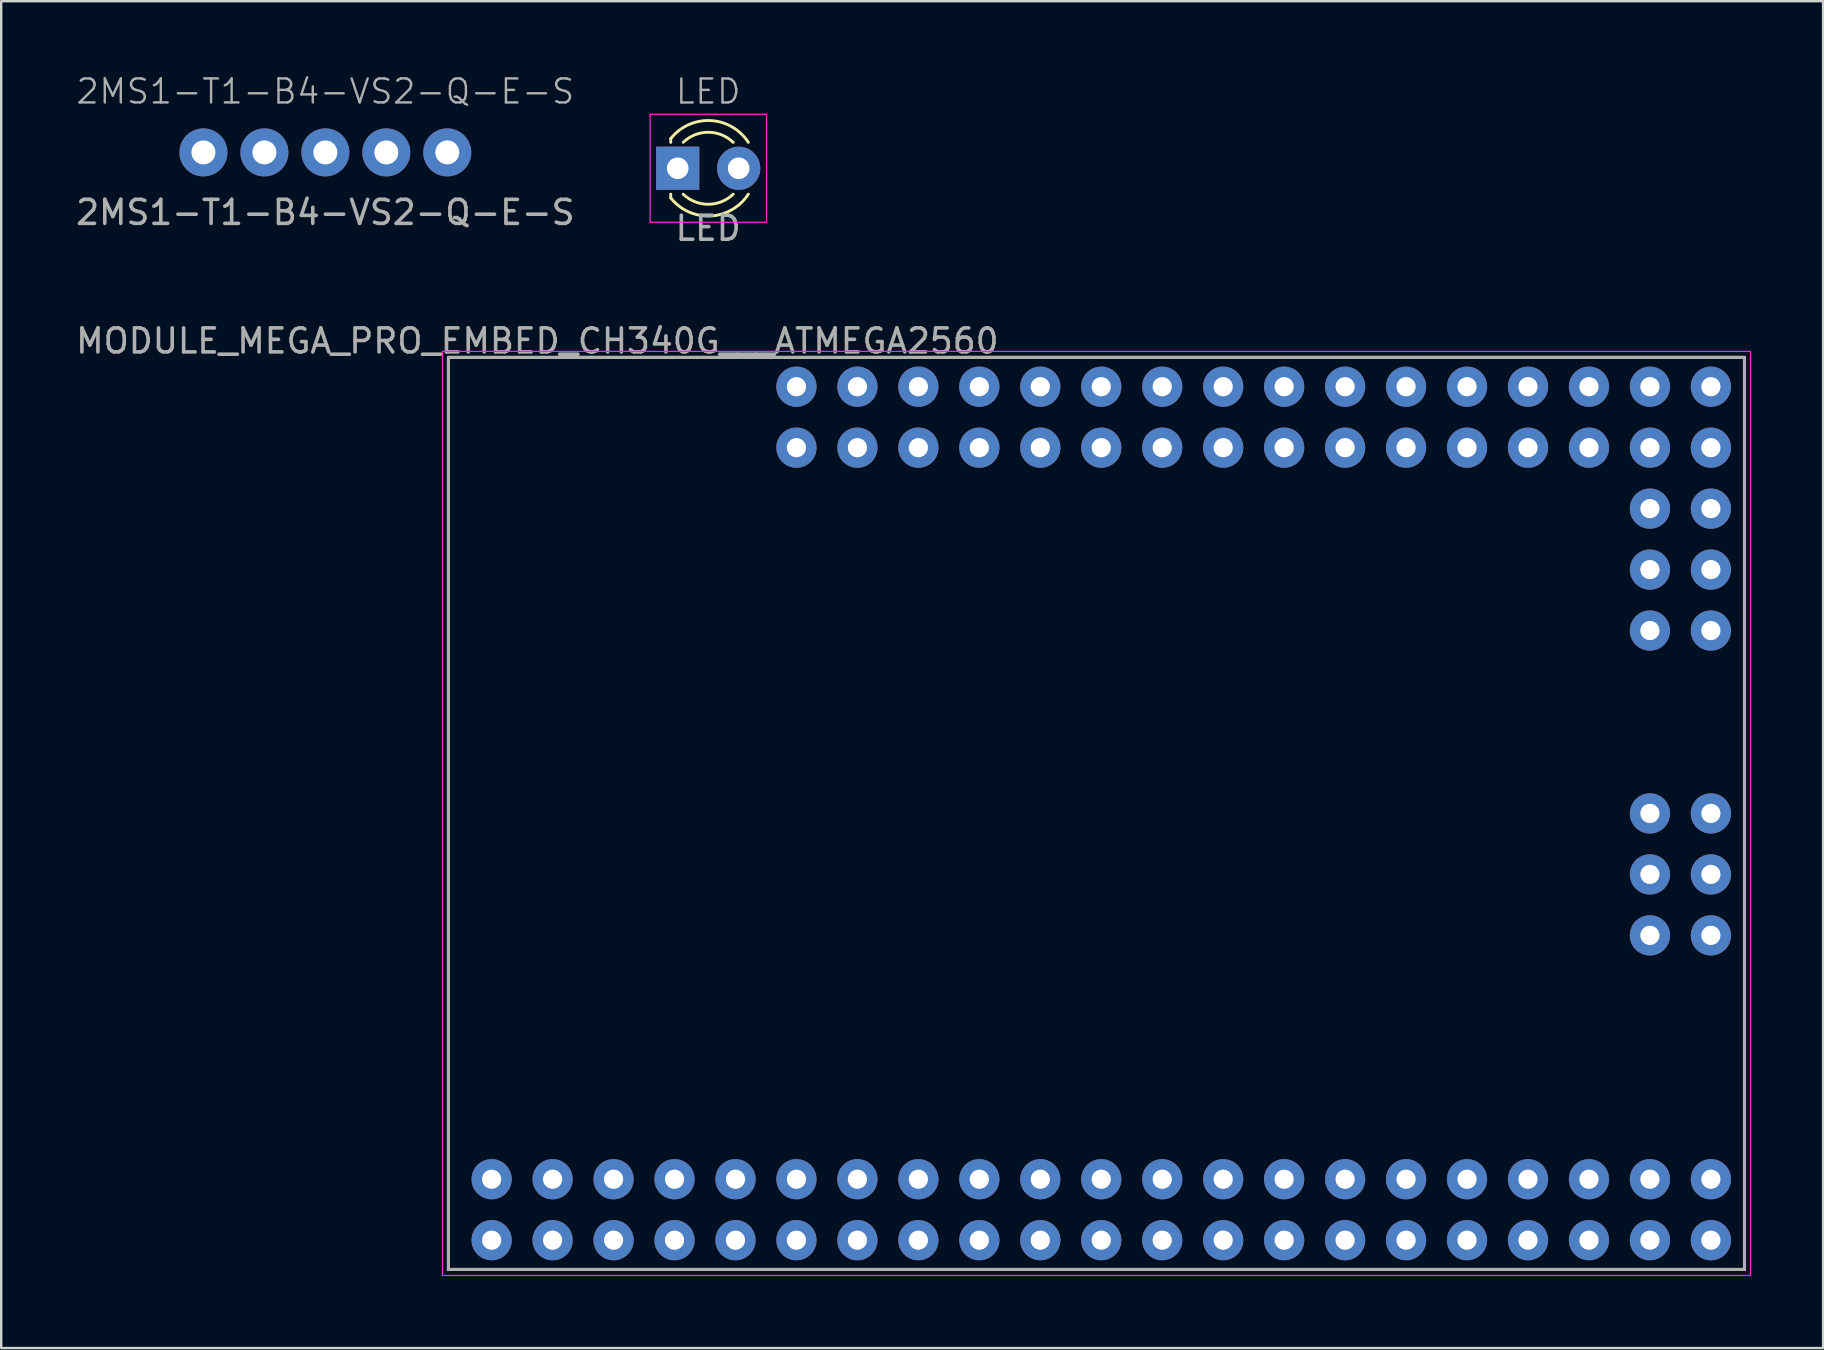
<source format=kicad_pcb>
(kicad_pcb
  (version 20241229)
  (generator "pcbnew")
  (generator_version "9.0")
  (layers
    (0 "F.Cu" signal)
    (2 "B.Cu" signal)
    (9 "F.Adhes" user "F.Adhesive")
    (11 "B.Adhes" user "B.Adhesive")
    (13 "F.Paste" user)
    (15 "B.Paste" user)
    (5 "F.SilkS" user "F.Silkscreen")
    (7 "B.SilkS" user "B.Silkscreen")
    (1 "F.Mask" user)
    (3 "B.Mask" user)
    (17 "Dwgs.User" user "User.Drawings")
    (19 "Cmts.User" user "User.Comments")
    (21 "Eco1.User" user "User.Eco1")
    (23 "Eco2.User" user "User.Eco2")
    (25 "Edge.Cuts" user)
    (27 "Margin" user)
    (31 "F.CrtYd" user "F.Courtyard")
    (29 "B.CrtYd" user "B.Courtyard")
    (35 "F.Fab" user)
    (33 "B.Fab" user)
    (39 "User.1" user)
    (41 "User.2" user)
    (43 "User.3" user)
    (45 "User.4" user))
  (footprint "2MS1-T1-B4-VS2-Q-E-S"
    (layer "F.Cu")
    (at 10.506 3.3)
    (property "Reference" "2MS1-T1-B4-VS2-Q-E-S" (at 0 -2.54 0) (unlocked yes) (layer "F.Fab") (effects (font (size 1 1) (thickness 0.1))))
    (attr through_hole)
    (fp_text user "${REFERENCE}" (at 0 2.5 0) (unlocked yes) (layer "F.Fab") (effects (font (size 1 1) (thickness 0.15))))
    (pad "" thru_hole circle (at -5.08 0) (size 2 2) (drill 1) (layers "*.Cu" "*.Mask"))
    (pad "" thru_hole circle (at 5.08 0) (size 2 2) (drill 1) (layers "*.Cu" "*.Mask"))
    (pad "1" thru_hole circle (at -2.54 0) (size 2 2) (drill 1) (layers "*.Cu" "*.Mask"))
    (pad "2" thru_hole circle (at 0 0) (size 2 2) (drill 1) (layers "*.Cu" "*.Mask"))
    (pad "3" thru_hole circle (at 2.54 0) (size 2 2) (drill 1) (layers "*.Cu" "*.Mask")))
  (footprint "LED"
    (layer "F.Cu")
    (at 26.457 3.961)
    (property "Reference" "LED" (at 0 -3.2 0) (unlocked yes) (layer "F.Fab") (effects (font (size 1 1) (thickness 0.1))))
    (attr through_hole)
    (fp_line (start -1.56 -1.236) (end -1.56 -1.08) (stroke (width 0.12) (type solid)) (layer "F.SilkS"))
    (fp_line (start -1.56 1.08) (end -1.56 1.236) (stroke (width 0.12) (type solid)) (layer "F.SilkS"))
    (fp_arc (start -1.56 -1.235517) (mid 0.096487 -1.98766) (end 1.672335 -1.078609) (stroke (width 0.12) (type solid)) (layer "F.SilkS"))
    (fp_arc (start -1.040961 -1.080001) (mid 0.000117 -1.500001) (end 1.04113 -1.079838) (stroke (width 0.12) (type solid)) (layer "F.SilkS"))
    (fp_arc (start 1.04113 1.079836) (mid 0.000117 1.499999) (end -1.040961 1.079999) (stroke (width 0.12) (type solid)) (layer "F.SilkS"))
    (fp_arc (start 1.672335 1.078607) (mid 0.096487 1.987658) (end -1.56 1.235515) (stroke (width 0.12) (type solid)) (layer "F.SilkS"))
    (fp_line (start -2.42 -2.25) (end -2.42 2.25) (stroke (width 0.05) (type solid)) (layer "F.CrtYd"))
    (fp_line (start -2.42 2.25) (end 2.43 2.25) (stroke (width 0.05) (type solid)) (layer "F.CrtYd"))
    (fp_line (start 2.43 -2.25) (end -2.42 -2.25) (stroke (width 0.05) (type solid)) (layer "F.CrtYd"))
    (fp_line (start 2.43 2.25) (end 2.43 -2.25) (stroke (width 0.05) (type solid)) (layer "F.CrtYd"))
    (fp_text user "${REFERENCE}" (at 0 2.5 0) (unlocked yes) (layer "F.Fab") (effects (font (size 1 1) (thickness 0.15))))
    (pad "1" thru_hole rect (at -1.27 -0.000001) (size 1.8 1.8) (drill 0.9) (layers "*.Cu" "*.Mask"))
    (pad "2" thru_hole circle (at 1.27 -0.000001) (size 1.8 1.8) (drill 0.9) (layers "*.Cu" "*.Mask")))
  (footprint "MODULE_MEGA_PRO_EMBED_CH340G___ATMEGA2560"
    (layer "F.Cu")
    (at 42.634 30.842)
    (property "Reference" "MODULE_MEGA_PRO_EMBED_CH340G___ATMEGA2560" (at -23.295 -19.685 0) (layer "F.Fab") (effects (font (size 1 1) (thickness 0.15))))
    (attr through_hole)
    (fp_line (start -27 -19) (end 27 -19) (stroke (width 0.127) (type solid)) (layer "F.SilkS"))
    (fp_line (start -27 19) (end -27 -19) (stroke (width 0.127) (type solid)) (layer "F.SilkS"))
    (fp_line (start -27 19) (end 27 19) (stroke (width 0.127) (type solid)) (layer "F.SilkS"))
    (fp_line (start 27 19) (end 27 -19) (stroke (width 0.127) (type solid)) (layer "F.SilkS"))
    (fp_line (start -27.25 -19.25) (end 27.25 -19.25) (stroke (width 0.05) (type solid)) (layer "F.CrtYd"))
    (fp_line (start -27.25 19.25) (end -27.25 -19.25) (stroke (width 0.05) (type solid)) (layer "F.CrtYd"))
    (fp_line (start 27.25 -19.25) (end 27.25 19.25) (stroke (width 0.05) (type solid)) (layer "F.CrtYd"))
    (fp_line (start 27.25 19.25) (end -27.25 19.25) (stroke (width 0.05) (type solid)) (layer "F.CrtYd"))
    (fp_line (start -27 -19) (end 27 -19) (stroke (width 0.127) (type solid)) (layer "F.Fab"))
    (fp_line (start -27 19) (end -27 -19) (stroke (width 0.127) (type solid)) (layer "F.Fab"))
    (fp_line (start -27 19) (end 27 19) (stroke (width 0.127) (type solid)) (layer "F.Fab"))
    (fp_line (start 27 19) (end 27 -19) (stroke (width 0.127) (type solid)) (layer "F.Fab"))
    (pad "3V3_1" thru_hole circle (at -17.58 17.78) (size 1.676 1.676) (drill 0.8) (layers "*.Cu" "*.Mask"))
    (pad "3V3_2" thru_hole circle (at -17.58 15.24) (size 1.676 1.676) (drill 0.8) (layers "*.Cu" "*.Mask"))
    (pad "5V_1" thru_hole circle (at -20.12 17.78) (size 1.676 1.676) (drill 0.8) (layers "*.Cu" "*.Mask"))
    (pad "5V_2" thru_hole circle (at -20.12 15.24) (size 1.676 1.676) (drill 0.8) (layers "*.Cu" "*.Mask"))
    (pad "5V_3" thru_hole circle (at 25.6 0) (size 1.676 1.676) (drill 0.8) (layers "*.Cu" "*.Mask"))
    (pad "A0" thru_hole circle (at -12.5 -17.78) (size 1.676 1.676) (drill 0.8) (layers "*.Cu" "*.Mask"))
    (pad "A1" thru_hole circle (at -12.5 -15.24) (size 1.676 1.676) (drill 0.8) (layers "*.Cu" "*.Mask"))
    (pad "A2" thru_hole circle (at -9.96 -17.78) (size 1.676 1.676) (drill 0.8) (layers "*.Cu" "*.Mask"))
    (pad "A3" thru_hole circle (at -9.96 -15.24) (size 1.676 1.676) (drill 0.8) (layers "*.Cu" "*.Mask"))
    (pad "A4" thru_hole circle (at -7.42 -17.78) (size 1.676 1.676) (drill 0.8) (layers "*.Cu" "*.Mask"))
    (pad "A5" thru_hole circle (at -7.42 -15.24) (size 1.676 1.676) (drill 0.8) (layers "*.Cu" "*.Mask"))
    (pad "A6" thru_hole circle (at -4.88 -17.78) (size 1.676 1.676) (drill 0.8) (layers "*.Cu" "*.Mask"))
    (pad "A7" thru_hole circle (at -4.88 -15.24) (size 1.676 1.676) (drill 0.8) (layers "*.Cu" "*.Mask"))
    (pad "A8" thru_hole circle (at -2.34 -17.78) (size 1.676 1.676) (drill 0.8) (layers "*.Cu" "*.Mask"))
    (pad "A9" thru_hole circle (at -2.34 -15.24) (size 1.676 1.676) (drill 0.8) (layers "*.Cu" "*.Mask"))
    (pad "A10" thru_hole circle (at 0.2 -17.78) (size 1.676 1.676) (drill 0.8) (layers "*.Cu" "*.Mask"))
    (pad "A11" thru_hole circle (at 0.2 -15.24) (size 1.676 1.676) (drill 0.8) (layers "*.Cu" "*.Mask"))
    (pad "A12" thru_hole circle (at 2.74 -17.78) (size 1.676 1.676) (drill 0.8) (layers "*.Cu" "*.Mask"))
    (pad "A13" thru_hole circle (at 2.74 -15.24) (size 1.676 1.676) (drill 0.8) (layers "*.Cu" "*.Mask"))
    (pad "A14" thru_hole circle (at 5.28 -17.78) (size 1.676 1.676) (drill 0.8) (layers "*.Cu" "*.Mask"))
    (pad "A15" thru_hole circle (at 5.28 -15.24) (size 1.676 1.676) (drill 0.8) (layers "*.Cu" "*.Mask"))
    (pad "AREF" thru_hole circle (at -15.04 15.24) (size 1.676 1.676) (drill 0.8) (layers "*.Cu" "*.Mask"))
    (pad "D2" thru_hole circle (at -9.96 15.24) (size 1.676 1.676) (drill 0.8) (layers "*.Cu" "*.Mask"))
    (pad "D3" thru_hole circle (at -9.96 17.78) (size 1.676 1.676) (drill 0.8) (layers "*.Cu" "*.Mask"))
    (pad "D4" thru_hole circle (at -7.42 15.24) (size 1.676 1.676) (drill 0.8) (layers "*.Cu" "*.Mask"))
    (pad "D5" thru_hole circle (at -7.42 17.78) (size 1.676 1.676) (drill 0.8) (layers "*.Cu" "*.Mask"))
    (pad "D6" thru_hole circle (at -4.88 15.24) (size 1.676 1.676) (drill 0.8) (layers "*.Cu" "*.Mask"))
    (pad "D7" thru_hole circle (at -4.88 17.78) (size 1.676 1.676) (drill 0.8) (layers "*.Cu" "*.Mask"))
    (pad "D8" thru_hole circle (at -2.34 15.24) (size 1.676 1.676) (drill 0.8) (layers "*.Cu" "*.Mask"))
    (pad "D9" thru_hole circle (at -2.34 17.78) (size 1.676 1.676) (drill 0.8) (layers "*.Cu" "*.Mask"))
    (pad "D10" thru_hole circle (at 0.2 15.24) (size 1.676 1.676) (drill 0.8) (layers "*.Cu" "*.Mask"))
    (pad "D11" thru_hole circle (at 0.2 17.78) (size 1.676 1.676) (drill 0.8) (layers "*.Cu" "*.Mask"))
    (pad "D12" thru_hole circle (at 2.74 15.24) (size 1.676 1.676) (drill 0.8) (layers "*.Cu" "*.Mask"))
    (pad "D13" thru_hole circle (at 2.74 17.78) (size 1.676 1.676) (drill 0.8) (layers "*.Cu" "*.Mask"))
    (pad "D14" thru_hole circle (at 5.28 15.24) (size 1.676 1.676) (drill 0.8) (layers "*.Cu" "*.Mask"))
    (pad "D15" thru_hole circle (at 5.28 17.78) (size 1.676 1.676) (drill 0.8) (layers "*.Cu" "*.Mask"))
    (pad "D16" thru_hole circle (at 7.82 15.24) (size 1.676 1.676) (drill 0.8) (layers "*.Cu" "*.Mask"))
    (pad "D17" thru_hole circle (at 7.82 17.78) (size 1.676 1.676) (drill 0.8) (layers "*.Cu" "*.Mask"))
    (pad "D18" thru_hole circle (at 10.36 15.24) (size 1.676 1.676) (drill 0.8) (layers "*.Cu" "*.Mask"))
    (pad "D19" thru_hole circle (at 10.36 17.78) (size 1.676 1.676) (drill 0.8) (layers "*.Cu" "*.Mask"))
    (pad "D20" thru_hole circle (at 12.9 15.24) (size 1.676 1.676) (drill 0.8) (layers "*.Cu" "*.Mask"))
    (pad "D21" thru_hole circle (at 12.9 17.78) (size 1.676 1.676) (drill 0.8) (layers "*.Cu" "*.Mask"))
    (pad "D22" thru_hole circle (at 15.44 15.24) (size 1.676 1.676) (drill 0.8) (layers "*.Cu" "*.Mask"))
    (pad "D23" thru_hole circle (at 15.44 17.78) (size 1.676 1.676) (drill 0.8) (layers "*.Cu" "*.Mask"))
    (pad "D24" thru_hole circle (at 17.98 15.24) (size 1.676 1.676) (drill 0.8) (layers "*.Cu" "*.Mask"))
    (pad "D25" thru_hole circle (at 17.98 17.78) (size 1.676 1.676) (drill 0.8) (layers "*.Cu" "*.Mask"))
    (pad "D26" thru_hole circle (at 20.52 15.24) (size 1.676 1.676) (drill 0.8) (layers "*.Cu" "*.Mask"))
    (pad "D27" thru_hole circle (at 20.52 17.78) (size 1.676 1.676) (drill 0.8) (layers "*.Cu" "*.Mask"))
    (pad "D28" thru_hole circle (at 23.06 15.24) (size 1.676 1.676) (drill 0.8) (layers "*.Cu" "*.Mask"))
    (pad "D29" thru_hole circle (at 23.06 17.78) (size 1.676 1.676) (drill 0.8) (layers "*.Cu" "*.Mask"))
    (pad "D30" thru_hole circle (at 25.6 15.24) (size 1.676 1.676) (drill 0.8) (layers "*.Cu" "*.Mask"))
    (pad "D31" thru_hole circle (at 25.6 17.78) (size 1.676 1.676) (drill 0.8) (layers "*.Cu" "*.Mask"))
    (pad "D32" thru_hole circle (at 7.82 -17.78) (size 1.676 1.676) (drill 0.8) (layers "*.Cu" "*.Mask"))
    (pad "D33" thru_hole circle (at 7.82 -15.24) (size 1.676 1.676) (drill 0.8) (layers "*.Cu" "*.Mask"))
    (pad "D34" thru_hole circle (at 10.36 -17.78) (size 1.676 1.676) (drill 0.8) (layers "*.Cu" "*.Mask"))
    (pad "D35" thru_hole circle (at 10.36 -15.24) (size 1.676 1.676) (drill 0.8) (layers "*.Cu" "*.Mask"))
    (pad "D36" thru_hole circle (at 12.9 -17.78) (size 1.676 1.676) (drill 0.8) (layers "*.Cu" "*.Mask"))
    (pad "D37" thru_hole circle (at 12.9 -15.24) (size 1.676 1.676) (drill 0.8) (layers "*.Cu" "*.Mask"))
    (pad "D38" thru_hole circle (at 15.44 -17.78) (size 1.676 1.676) (drill 0.8) (layers "*.Cu" "*.Mask"))
    (pad "D39" thru_hole circle (at 15.44 -15.24) (size 1.676 1.676) (drill 0.8) (layers "*.Cu" "*.Mask"))
    (pad "D40" thru_hole circle (at 17.98 -17.78) (size 1.676 1.676) (drill 0.8) (layers "*.Cu" "*.Mask"))
    (pad "D41" thru_hole circle (at 17.98 -15.24) (size 1.676 1.676) (drill 0.8) (layers "*.Cu" "*.Mask"))
    (pad "D42" thru_hole circle (at 20.52 -17.78) (size 1.676 1.676) (drill 0.8) (layers "*.Cu" "*.Mask"))
    (pad "D43" thru_hole circle (at 20.52 -15.24) (size 1.676 1.676) (drill 0.8) (layers "*.Cu" "*.Mask"))
    (pad "D44" thru_hole circle (at 23.06 -17.78) (size 1.676 1.676) (drill 0.8) (layers "*.Cu" "*.Mask"))
    (pad "D45" thru_hole circle (at 23.06 -15.24) (size 1.676 1.676) (drill 0.8) (layers "*.Cu" "*.Mask"))
    (pad "D46" thru_hole circle (at 25.6 -17.78) (size 1.676 1.676) (drill 0.8) (layers "*.Cu" "*.Mask"))
    (pad "D47" thru_hole circle (at 25.6 -15.24) (size 1.676 1.676) (drill 0.8) (layers "*.Cu" "*.Mask"))
    (pad "D48" thru_hole circle (at 25.6 -12.7) (size 1.676 1.676) (drill 0.8) (layers "*.Cu" "*.Mask"))
    (pad "D49" thru_hole circle (at 23.06 -12.7) (size 1.676 1.676) (drill 0.8) (layers "*.Cu" "*.Mask"))
    (pad "D50" thru_hole circle (at 25.6 -10.16) (size 1.676 1.676) (drill 0.8) (layers "*.Cu" "*.Mask"))
    (pad "D51" thru_hole circle (at 23.06 -10.16) (size 1.676 1.676) (drill 0.8) (layers "*.Cu" "*.Mask"))
    (pad "D52" thru_hole circle (at 25.6 -7.62) (size 1.676 1.676) (drill 0.8) (layers "*.Cu" "*.Mask"))
    (pad "D53" thru_hole circle (at 23.06 -7.62) (size 1.676 1.676) (drill 0.8) (layers "*.Cu" "*.Mask"))
    (pad "GND_1" thru_hole circle (at -22.66 17.78) (size 1.676 1.676) (drill 0.8) (layers "*.Cu" "*.Mask"))
    (pad "GND_2" thru_hole circle (at -22.66 15.24) (size 1.676 1.676) (drill 0.8) (layers "*.Cu" "*.Mask"))
    (pad "GND_3" thru_hole circle (at 25.6 5.08) (size 1.676 1.676) (drill 0.8) (layers "*.Cu" "*.Mask"))
    (pad "MISO" thru_hole circle (at 23.06 0) (size 1.676 1.676) (drill 0.8) (layers "*.Cu" "*.Mask"))
    (pad "MOSI" thru_hole circle (at 25.6 2.54) (size 1.676 1.676) (drill 0.8) (layers "*.Cu" "*.Mask"))
    (pad "RESET" thru_hole circle (at 23.06 5.08) (size 1.676 1.676) (drill 0.8) (layers "*.Cu" "*.Mask"))
    (pad "RST" thru_hole circle (at -15.04 17.78) (size 1.676 1.676) (drill 0.8) (layers "*.Cu" "*.Mask"))
    (pad "RX" thru_hole circle (at -12.5 15.24) (size 1.676 1.676) (drill 0.8) (layers "*.Cu" "*.Mask"))
    (pad "SCK" thru_hole circle (at 23.06 2.54) (size 1.676 1.676) (drill 0.8) (layers "*.Cu" "*.Mask"))
    (pad "TX" thru_hole circle (at -12.5 17.78) (size 1.676 1.676) (drill 0.8) (layers "*.Cu" "*.Mask"))
    (pad "VIN_1" thru_hole circle (at -25.2 17.78) (size 1.676 1.676) (drill 0.8) (layers "*.Cu" "*.Mask"))
    (pad "VIN_2" thru_hole circle (at -25.2 15.24) (size 1.676 1.676) (drill 0.8) (layers "*.Cu" "*.Mask")))
  (gr_rect
    (start -3 -3)
    (end 72.909 53.117)
    (stroke (width 0.1) (type default))
    (fill no)
    (layer "Edge.Cuts")))
</source>
